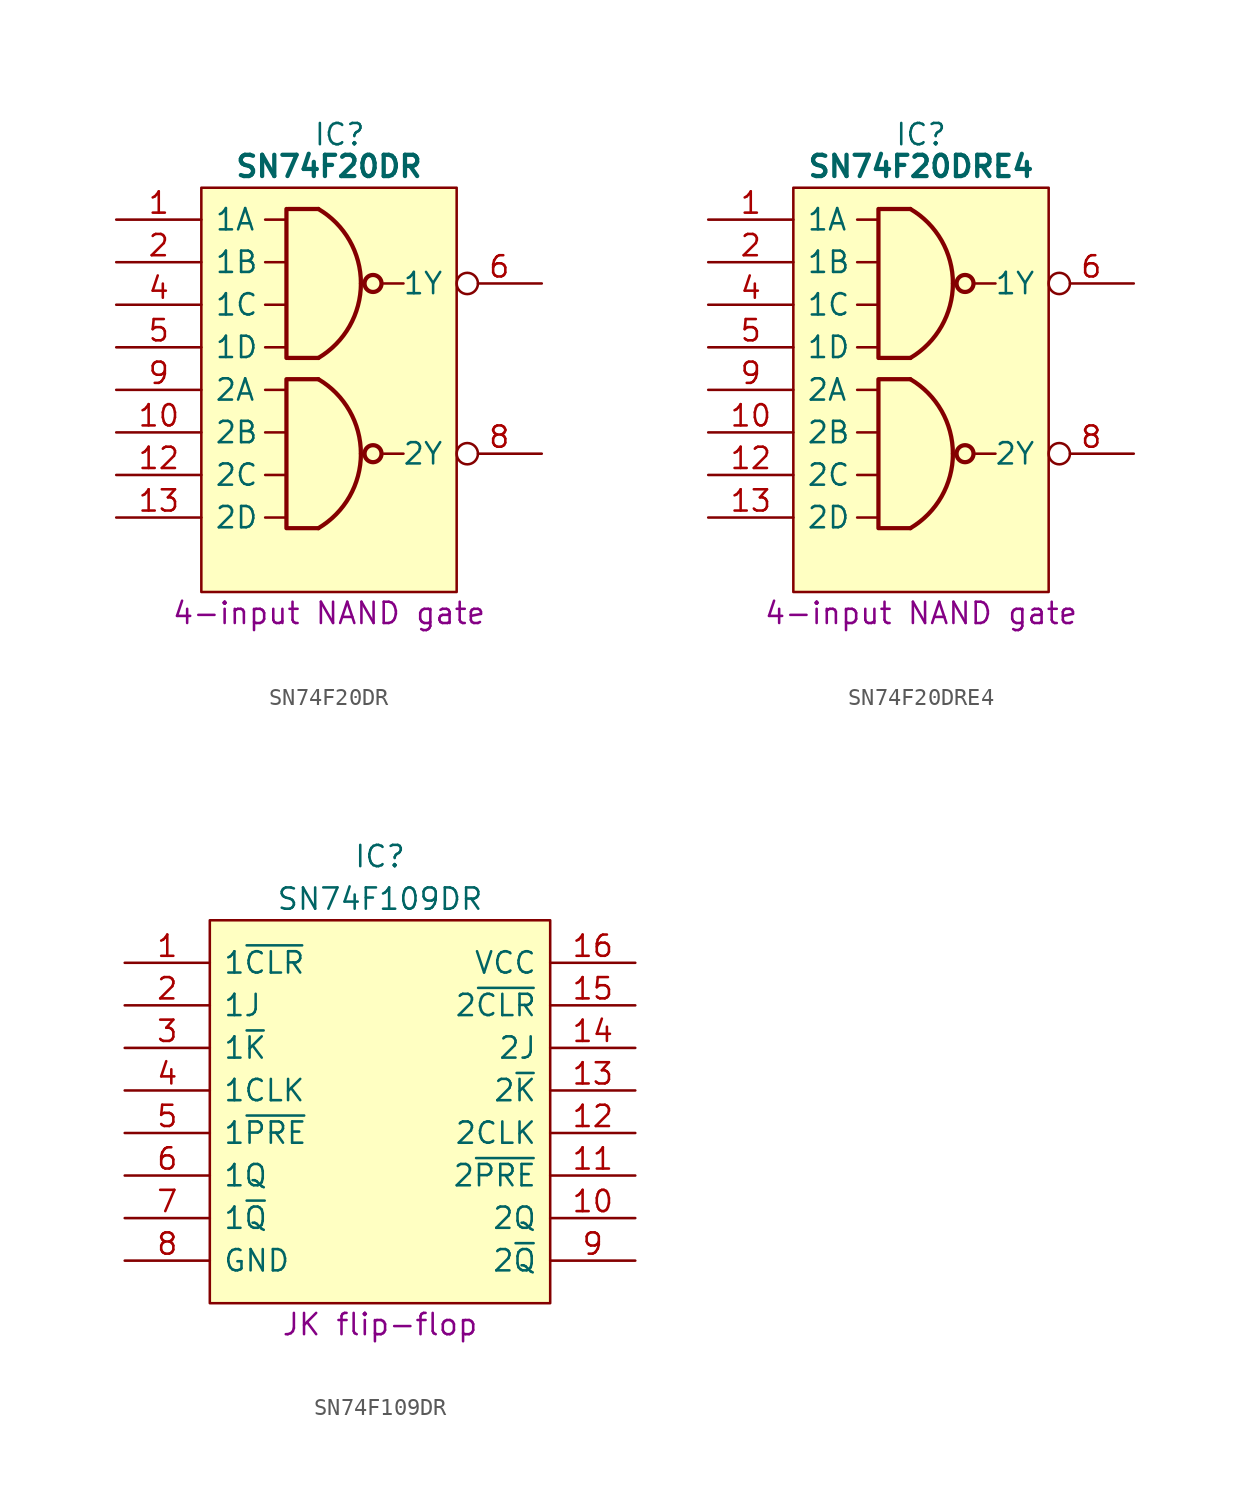
<source format=kicad_sym>
(kicad_symbol_lib
  (version 20241209)
  (generator "kicad_symbol_editor")
  (generator_version "9.0")
  (symbol "SN74F20DR"
    (pin_names
      (offset 0.762))
    (property "Reference" "IC"
      (at 13.335 5.08 0)
      (effects (font (size 1.27 1.27))))
    (property "Value" "SN74F20DR"
      (at 12.7 3.175 0)
      (effects (font (size 1.27 1.27) (bold yes))))
    (property "Description" "4-input NAND gate"
      (at 12.7 -23.495 0)
      (effects (font (size 1.27 1.27))))
    (symbol "SN74F20DR_0_0"
      (pin input line (at 0 0 0) (length 5.08) (name "1A" (effects (font (size 1.27 1.27)))) (number "1" (effects (font (size 1.27 1.27)))))
      (pin input line (at 0 -2.54 0) (length 5.08) (name "1B" (effects (font (size 1.27 1.27)))) (number "2" (effects (font (size 1.27 1.27)))))
      (pin input line (at 0 -5.08 0) (length 5.08) (name "1C" (effects (font (size 1.27 1.27)))) (number "4" (effects (font (size 1.27 1.27)))))
      (pin input line (at 0 -7.62 0) (length 5.08) (name "1D" (effects (font (size 1.27 1.27)))) (number "5" (effects (font (size 1.27 1.27)))))
      (pin input line (at 0 -10.16 0) (length 5.08) (name "2A" (effects (font (size 1.27 1.27)))) (number "9" (effects (font (size 1.27 1.27)))))
      (pin input line (at 0 -12.7 0) (length 5.08) (name "2B" (effects (font (size 1.27 1.27)))) (number "10" (effects (font (size 1.27 1.27)))))
      (pin input line (at 0 -15.24 0) (length 5.08) (name "2C" (effects (font (size 1.27 1.27)))) (number "12" (effects (font (size 1.27 1.27)))))
      (pin input line (at 0 -17.78 0) (length 5.08) (name "2D" (effects (font (size 1.27 1.27)))) (number "13" (effects (font (size 1.27 1.27))))))
    (symbol "SN74F20DR_0_1"
      (polyline (pts (xy 5.08 1.905) (xy 20.32 1.905) (xy 20.32 -22.225) (xy 5.08 -22.225) (xy 5.08 1.905)) (stroke (width 0.152) (type default)) (fill (type background)))
      (polyline (pts (xy 8.89 0) (xy 10.16 0)) (stroke (width 0) (type default)) (fill (type none)))
      (polyline (pts (xy 8.89 -2.54) (xy 10.16 -2.54)) (stroke (width 0) (type default)) (fill (type none)))
      (polyline (pts (xy 8.89 -5.08) (xy 10.16 -5.08)) (stroke (width 0) (type default)) (fill (type none)))
      (polyline (pts (xy 8.89 -7.62) (xy 10.16 -7.62)) (stroke (width 0) (type default)) (fill (type none)))
      (polyline (pts (xy 8.89 -10.16) (xy 10.16 -10.16)) (stroke (width 0) (type default)) (fill (type none)))
      (polyline (pts (xy 8.89 -12.7) (xy 10.16 -12.7)) (stroke (width 0) (type default)) (fill (type none)))
      (polyline (pts (xy 8.89 -15.24) (xy 10.16 -15.24)) (stroke (width 0) (type default)) (fill (type none)))
      (polyline (pts (xy 8.89 -17.78) (xy 10.16 -17.78)) (stroke (width 0) (type default)) (fill (type none)))
      (arc (start 14.605 -3.81) (mid 13.9224 -6.3681) (end 12.065 -8.255) (stroke (width 0.254) (type default)) (fill (type none)))
      (arc (start 14.605 -13.97) (mid 13.925 -16.5296) (end 12.065 -18.415) (stroke (width 0.254) (type default)) (fill (type none)))
      (arc (start 12.065 -9.525) (mid 13.9262 -11.4096) (end 14.605 -13.97) (stroke (width 0.254) (type default)) (fill (type none)))
      (arc (start 12.065 0.635) (mid 13.9281 -1.2486) (end 14.605 -3.81) (stroke (width 0.254) (type default)) (fill (type none)))
      (polyline (pts (xy 10.16 0.635) (xy 10.16 -8.255)) (stroke (width 0.254) (type default)) (fill (type background)))
      (polyline (pts (xy 10.16 -9.525) (xy 10.16 -18.415)) (stroke (width 0.254) (type default)) (fill (type background)))
      (polyline (pts (xy 12.065 0.635) (xy 10.248 0.635)) (stroke (width 0.254) (type default)) (fill (type background)))
      (polyline (pts (xy 12.065 -8.255) (xy 10.248 -8.255)) (stroke (width 0.254) (type default)) (fill (type background)))
      (polyline (pts (xy 12.065 -9.525) (xy 10.248 -9.525)) (stroke (width 0.254) (type default)) (fill (type background)))
      (polyline (pts (xy 12.065 -18.415) (xy 10.248 -18.415)) (stroke (width 0.254) (type default)) (fill (type background)))
      (circle (center 15.328 -3.81) (radius 0.508) (stroke (width 0.254) (type default)) (fill (type none)))
      (circle (center 15.328 -13.97) (radius 0.508) (stroke (width 0.254) (type default)) (fill (type none)))
      (polyline (pts (xy 15.963 -3.81) (xy 17.145 -3.81)) (stroke (width 0) (type default)) (fill (type none)))
      (polyline (pts (xy 15.963 -13.97) (xy 17.145 -13.97)) (stroke (width 0) (type default)) (fill (type none))))
    (symbol "SN74F20DR_1_0"
      (pin passive line (at 0 -20.32 0) (length 5.08) (hide yes) (name "GND" (effects (font (size 1.27 1.27)))) (number "7" (effects (font (size 1.27 1.27)))))
      (pin passive line (at 25.4 0 180) (length 5.08) (hide yes) (name "5V" (effects (font (size 1.27 1.27)))) (number "14" (effects (font (size 1.27 1.27)))))
      (pin output inverted (at 25.4 -3.81 180) (length 5.08) (name "1Y" (effects (font (size 1.27 1.27)))) (number "6" (effects (font (size 1.27 1.27)))))
      (pin output inverted (at 25.4 -13.97 180) (length 5.08) (name "2Y" (effects (font (size 1.27 1.27)))) (number "8" (effects (font (size 1.27 1.27)))))
      (pin no_connect line (at 25.4 -17.78 180) (length 5.08) (hide yes) (name "N.C." (effects (font (size 1.27 1.27)))) (number "3" (effects (font (size 1.27 1.27)))))
      (pin no_connect line (at 25.4 -20.32 180) (length 5.08) (hide yes) (name "N.C." (effects (font (size 1.27 1.27)))) (number "11" (effects (font (size 1.27 1.27)))))))
  (symbol "SN74F20DRE4"
    (pin_names
      (offset 0.762))
    (property "Reference" "IC"
      (at 12.7 5.08 0)
      (effects (font (size 1.27 1.27))))
    (property "Value" "SN74F20DRE4"
      (at 12.7 3.175 0)
      (effects (font (size 1.27 1.27) (bold yes))))
    (property "Description" "4-input NAND gate"
      (at 12.7 -23.495 0)
      (effects (font (size 1.27 1.27))))
    (symbol "SN74F20DRE4_0_0"
      (pin input line (at 0 0 0) (length 5.08) (name "1A" (effects (font (size 1.27 1.27)))) (number "1" (effects (font (size 1.27 1.27)))))
      (pin input line (at 0 -2.54 0) (length 5.08) (name "1B" (effects (font (size 1.27 1.27)))) (number "2" (effects (font (size 1.27 1.27)))))
      (pin input line (at 0 -5.08 0) (length 5.08) (name "1C" (effects (font (size 1.27 1.27)))) (number "4" (effects (font (size 1.27 1.27)))))
      (pin input line (at 0 -7.62 0) (length 5.08) (name "1D" (effects (font (size 1.27 1.27)))) (number "5" (effects (font (size 1.27 1.27)))))
      (pin input line (at 0 -10.16 0) (length 5.08) (name "2A" (effects (font (size 1.27 1.27)))) (number "9" (effects (font (size 1.27 1.27)))))
      (pin input line (at 0 -12.7 0) (length 5.08) (name "2B" (effects (font (size 1.27 1.27)))) (number "10" (effects (font (size 1.27 1.27)))))
      (pin input line (at 0 -15.24 0) (length 5.08) (name "2C" (effects (font (size 1.27 1.27)))) (number "12" (effects (font (size 1.27 1.27)))))
      (pin input line (at 0 -17.78 0) (length 5.08) (name "2D" (effects (font (size 1.27 1.27)))) (number "13" (effects (font (size 1.27 1.27))))))
    (symbol "SN74F20DRE4_0_1"
      (polyline (pts (xy 5.08 1.905) (xy 20.32 1.905) (xy 20.32 -22.225) (xy 5.08 -22.225) (xy 5.08 1.905)) (stroke (width 0.152) (type default)) (fill (type background)))
      (polyline (pts (xy 8.89 0) (xy 10.16 0)) (stroke (width 0) (type default)) (fill (type none)))
      (polyline (pts (xy 8.89 -2.54) (xy 10.16 -2.54)) (stroke (width 0) (type default)) (fill (type none)))
      (polyline (pts (xy 8.89 -5.08) (xy 10.16 -5.08)) (stroke (width 0) (type default)) (fill (type none)))
      (polyline (pts (xy 8.89 -7.62) (xy 10.16 -7.62)) (stroke (width 0) (type default)) (fill (type none)))
      (polyline (pts (xy 8.89 -10.16) (xy 10.16 -10.16)) (stroke (width 0) (type default)) (fill (type none)))
      (polyline (pts (xy 8.89 -12.7) (xy 10.16 -12.7)) (stroke (width 0) (type default)) (fill (type none)))
      (polyline (pts (xy 8.89 -15.24) (xy 10.16 -15.24)) (stroke (width 0) (type default)) (fill (type none)))
      (polyline (pts (xy 8.89 -17.78) (xy 10.16 -17.78)) (stroke (width 0) (type default)) (fill (type none)))
      (arc (start 14.605 -3.81) (mid 13.9224 -6.3681) (end 12.065 -8.255) (stroke (width 0.254) (type default)) (fill (type none)))
      (arc (start 14.605 -13.97) (mid 13.925 -16.5296) (end 12.065 -18.415) (stroke (width 0.254) (type default)) (fill (type none)))
      (arc (start 12.065 -9.525) (mid 13.9262 -11.4096) (end 14.605 -13.97) (stroke (width 0.254) (type default)) (fill (type none)))
      (arc (start 12.065 0.635) (mid 13.9281 -1.2486) (end 14.605 -3.81) (stroke (width 0.254) (type default)) (fill (type none)))
      (polyline (pts (xy 10.16 0.635) (xy 10.16 -8.255)) (stroke (width 0.254) (type default)) (fill (type background)))
      (polyline (pts (xy 10.16 -9.525) (xy 10.16 -18.415)) (stroke (width 0.254) (type default)) (fill (type background)))
      (polyline (pts (xy 12.065 0.635) (xy 10.248 0.635)) (stroke (width 0.254) (type default)) (fill (type background)))
      (polyline (pts (xy 12.065 -8.255) (xy 10.248 -8.255)) (stroke (width 0.254) (type default)) (fill (type background)))
      (polyline (pts (xy 12.065 -9.525) (xy 10.248 -9.525)) (stroke (width 0.254) (type default)) (fill (type background)))
      (polyline (pts (xy 12.065 -18.415) (xy 10.248 -18.415)) (stroke (width 0.254) (type default)) (fill (type background)))
      (circle (center 15.328 -3.81) (radius 0.508) (stroke (width 0.254) (type default)) (fill (type none)))
      (circle (center 15.328 -13.97) (radius 0.508) (stroke (width 0.254) (type default)) (fill (type none)))
      (polyline (pts (xy 15.963 -3.81) (xy 17.145 -3.81)) (stroke (width 0) (type default)) (fill (type none)))
      (polyline (pts (xy 15.963 -13.97) (xy 17.145 -13.97)) (stroke (width 0) (type default)) (fill (type none))))
    (symbol "SN74F20DRE4_1_0"
      (pin passive line (at 0 -20.32 0) (length 5.08) (hide yes) (name "GND" (effects (font (size 1.27 1.27)))) (number "7" (effects (font (size 1.27 1.27)))))
      (pin passive line (at 25.4 0 180) (length 5.08) (hide yes) (name "5V" (effects (font (size 1.27 1.27)))) (number "14" (effects (font (size 1.27 1.27)))))
      (pin output inverted (at 25.4 -3.81 180) (length 5.08) (name "1Y" (effects (font (size 1.27 1.27)))) (number "6" (effects (font (size 1.27 1.27)))))
      (pin output inverted (at 25.4 -13.97 180) (length 5.08) (name "2Y" (effects (font (size 1.27 1.27)))) (number "8" (effects (font (size 1.27 1.27)))))
      (pin no_connect line (at 25.4 -17.78 180) (length 5.08) (hide yes) (name "N.C." (effects (font (size 1.27 1.27)))) (number "3" (effects (font (size 1.27 1.27)))))
      (pin no_connect line (at 25.4 -20.32 180) (length 5.08) (hide yes) (name "N.C." (effects (font (size 1.27 1.27)))) (number "11" (effects (font (size 1.27 1.27)))))))
  (symbol "SN74F109DR"
    (pin_names
      (offset 0.762))
    (property "Reference" "IC"
      (at 15.24 6.35 0)
      (effects (font (size 1.27 1.27))))
    (property "Value" "SN74F109DR"
      (at 15.24 3.81 0)
      (effects (font (size 1.27 1.27))))
    (property "Description" "JK flip-flop"
      (at 15.24 -21.59 0)
      (effects (font (size 1.27 1.27))))
    (symbol "SN74F109DR_0_0"
      (pin passive line (at 0 0 0) (length 5.08) (name "1~{CLR}" (effects (font (size 1.27 1.27)))) (number "1" (effects (font (size 1.27 1.27)))))
      (pin passive line (at 0 -2.54 0) (length 5.08) (name "1J" (effects (font (size 1.27 1.27)))) (number "2" (effects (font (size 1.27 1.27)))))
      (pin passive line (at 0 -5.08 0) (length 5.08) (name "1~{K}" (effects (font (size 1.27 1.27)))) (number "3" (effects (font (size 1.27 1.27)))))
      (pin passive line (at 0 -7.62 0) (length 5.08) (name "1CLK" (effects (font (size 1.27 1.27)))) (number "4" (effects (font (size 1.27 1.27)))))
      (pin passive line (at 0 -10.16 0) (length 5.08) (name "1~{PRE}" (effects (font (size 1.27 1.27)))) (number "5" (effects (font (size 1.27 1.27)))))
      (pin passive line (at 0 -12.7 0) (length 5.08) (name "1Q" (effects (font (size 1.27 1.27)))) (number "6" (effects (font (size 1.27 1.27)))))
      (pin passive line (at 0 -15.24 0) (length 5.08) (name "1~{Q}" (effects (font (size 1.27 1.27)))) (number "7" (effects (font (size 1.27 1.27)))))
      (pin passive line (at 0 -17.78 0) (length 5.08) (name "GND" (effects (font (size 1.27 1.27)))) (number "8" (effects (font (size 1.27 1.27)))))
      (pin passive line (at 30.48 0 180) (length 5.08) (name "VCC" (effects (font (size 1.27 1.27)))) (number "16" (effects (font (size 1.27 1.27)))))
      (pin passive line (at 30.48 -2.54 180) (length 5.08) (name "2~{CLR}" (effects (font (size 1.27 1.27)))) (number "15" (effects (font (size 1.27 1.27)))))
      (pin passive line (at 30.48 -5.08 180) (length 5.08) (name "2J" (effects (font (size 1.27 1.27)))) (number "14" (effects (font (size 1.27 1.27)))))
      (pin passive line (at 30.48 -7.62 180) (length 5.08) (name "2~{K}" (effects (font (size 1.27 1.27)))) (number "13" (effects (font (size 1.27 1.27)))))
      (pin passive line (at 30.48 -10.16 180) (length 5.08) (name "2CLK" (effects (font (size 1.27 1.27)))) (number "12" (effects (font (size 1.27 1.27)))))
      (pin passive line (at 30.48 -12.7 180) (length 5.08) (name "2~{PRE}" (effects (font (size 1.27 1.27)))) (number "11" (effects (font (size 1.27 1.27)))))
      (pin passive line (at 30.48 -15.24 180) (length 5.08) (name "2Q" (effects (font (size 1.27 1.27)))) (number "10" (effects (font (size 1.27 1.27)))))
      (pin passive line (at 30.48 -17.78 180) (length 5.08) (name "2~{Q}" (effects (font (size 1.27 1.27)))) (number "9" (effects (font (size 1.27 1.27))))))
    (symbol "SN74F109DR_0_1"
      (polyline (pts (xy 5.08 2.54) (xy 25.4 2.54) (xy 25.4 -20.32) (xy 5.08 -20.32) (xy 5.08 2.54)) (stroke (width 0.152) (type default)) (fill (type background))))))
</source>
